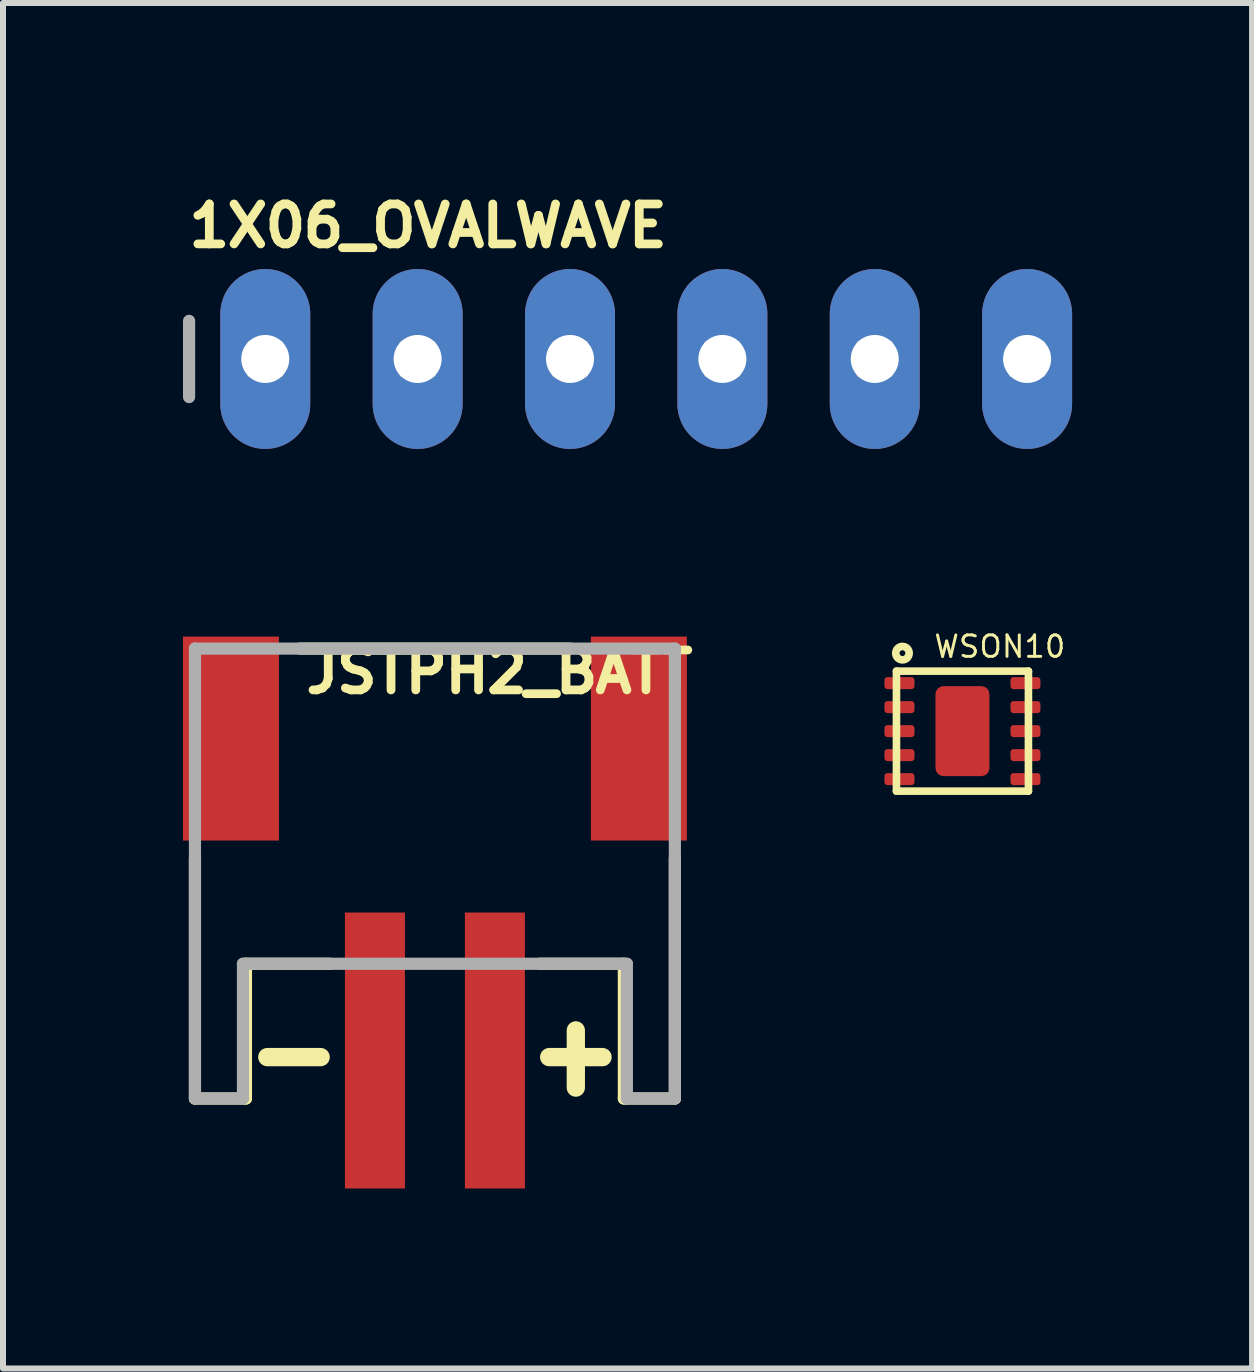
<source format=kicad_pcb>
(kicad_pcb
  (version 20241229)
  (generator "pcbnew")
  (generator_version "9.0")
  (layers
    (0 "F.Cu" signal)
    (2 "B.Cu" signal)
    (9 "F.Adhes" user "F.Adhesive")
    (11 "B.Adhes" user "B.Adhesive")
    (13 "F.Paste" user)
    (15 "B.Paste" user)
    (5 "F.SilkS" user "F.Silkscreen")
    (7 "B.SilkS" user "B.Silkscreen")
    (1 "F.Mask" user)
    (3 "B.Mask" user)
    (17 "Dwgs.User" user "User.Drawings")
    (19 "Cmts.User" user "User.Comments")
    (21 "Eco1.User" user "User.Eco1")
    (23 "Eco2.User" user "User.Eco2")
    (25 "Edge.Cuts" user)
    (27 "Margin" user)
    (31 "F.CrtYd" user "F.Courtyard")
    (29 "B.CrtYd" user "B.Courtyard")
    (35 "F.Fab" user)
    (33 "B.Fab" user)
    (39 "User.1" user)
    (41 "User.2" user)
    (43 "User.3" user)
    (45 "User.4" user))
  (footprint "1X06_OVALWAVE"
    (layer "F.Cu")
    (at 7.722 2.934)
    (property "Reference" "1X06_OVALWAVE" (at -7.696 -1.829 0) (unlocked yes) (layer "F.SilkS") (effects (font (size 0.666 0.666) (thickness 0.146)) (justify left bottom)))
    (fp_line (start -7.62 -0.635) (end -7.62 0.635) (stroke (width 0.203) (type solid)) (layer "F.Fab"))
    (fp_poly (pts (xy -6.604 0.254) (xy -6.096 0.254) (xy -6.096 -0.254) (xy -6.604 -0.254)) (stroke (width 0.1) (type default)) (fill no) (layer "F.Fab"))
    (fp_poly (pts (xy -4.064 0.254) (xy -3.556 0.254) (xy -3.556 -0.254) (xy -4.064 -0.254)) (stroke (width 0.1) (type default)) (fill no) (layer "F.Fab"))
    (fp_poly (pts (xy -1.524 0.254) (xy -1.016 0.254) (xy -1.016 -0.254) (xy -1.524 -0.254)) (stroke (width 0.1) (type default)) (fill no) (layer "F.Fab"))
    (fp_poly (pts (xy 1.016 0.254) (xy 1.524 0.254) (xy 1.524 -0.254) (xy 1.016 -0.254)) (stroke (width 0.1) (type default)) (fill no) (layer "F.Fab"))
    (fp_poly (pts (xy 3.556 0.254) (xy 4.064 0.254) (xy 4.064 -0.254) (xy 3.556 -0.254)) (stroke (width 0.1) (type default)) (fill no) (layer "F.Fab"))
    (fp_poly (pts (xy 6.096 0.254) (xy 6.604 0.254) (xy 6.604 -0.254) (xy 6.096 -0.254)) (stroke (width 0.1) (type default)) (fill no) (layer "F.Fab"))
    (pad "1" thru_hole oval (at -6.35 0 90) (size 3 1.5) (drill 0.8) (layers "*.Cu" "*.Mask"))
    (pad "2" thru_hole oval (at -3.81 0 90) (size 3 1.5) (drill 0.8) (layers "*.Cu" "*.Mask"))
    (pad "3" thru_hole oval (at -1.27 0 90) (size 3 1.5) (drill 0.8) (layers "*.Cu" "*.Mask"))
    (pad "4" thru_hole oval (at 1.27 0 90) (size 3 1.5) (drill 0.8) (layers "*.Cu" "*.Mask"))
    (pad "5" thru_hole oval (at 3.81 0 90) (size 3 1.5) (drill 0.8) (layers "*.Cu" "*.Mask"))
    (pad "6" thru_hole oval (at 6.35 0 90) (size 3 1.5) (drill 0.8) (layers "*.Cu" "*.Mask")))
  (footprint "WSON10"
    (layer "F.Cu")
    (at 12.994 9.138)
    (property "Reference" "WSON10" (at -0.5 -1.2 0) (unlocked yes) (layer "F.SilkS") (effects (font (size 0.358 0.358) (thickness 0.049)) (justify left bottom)))
    (fp_line (start -1.1 -1) (end 1.1 -1) (stroke (width 0.127) (type solid)) (layer "F.SilkS"))
    (fp_line (start -1.1 1) (end -1.1 -1) (stroke (width 0.127) (type solid)) (layer "F.SilkS"))
    (fp_line (start 1.1 -1) (end 1.1 1) (stroke (width 0.127) (type solid)) (layer "F.SilkS"))
    (fp_line (start 1.1 1) (end -1.1 1) (stroke (width 0.127) (type solid)) (layer "F.SilkS"))
    (fp_circle (center -1 -1.3) (end -0.888 -1.3) (stroke (width 0.127) (type solid)) (fill no) (layer "F.SilkS"))
    (pad "1" smd roundrect (at -1.05 -0.8 90) (size 0.2 0.5) (layers "F.Cu" "F.Mask" "F.Paste") (roundrect_rratio 0.25))
    (pad "2" smd roundrect (at -1.05 -0.4 90) (size 0.2 0.5) (layers "F.Cu" "F.Mask" "F.Paste") (roundrect_rratio 0.25))
    (pad "3" smd roundrect (at -1.05 0 90) (size 0.2 0.5) (layers "F.Cu" "F.Mask" "F.Paste") (roundrect_rratio 0.25))
    (pad "4" smd roundrect (at -1.05 0.4 90) (size 0.2 0.5) (layers "F.Cu" "F.Mask" "F.Paste") (roundrect_rratio 0.25))
    (pad "5" smd roundrect (at -1.05 0.8 90) (size 0.2 0.5) (layers "F.Cu" "F.Mask" "F.Paste") (roundrect_rratio 0.25))
    (pad "6" smd roundrect (at 1.05 0.8 90) (size 0.2 0.5) (layers "F.Cu" "F.Mask" "F.Paste") (roundrect_rratio 0.25))
    (pad "7" smd roundrect (at 1.05 0.4 90) (size 0.2 0.5) (layers "F.Cu" "F.Mask" "F.Paste") (roundrect_rratio 0.25))
    (pad "8" smd roundrect (at 1.05 0 90) (size 0.2 0.5) (layers "F.Cu" "F.Mask" "F.Paste") (roundrect_rratio 0.25))
    (pad "9" smd roundrect (at 1.05 -0.4 90) (size 0.2 0.5) (layers "F.Cu" "F.Mask" "F.Paste") (roundrect_rratio 0.25))
    (pad "10" smd roundrect (at 1.05 -0.8 90) (size 0.2 0.5) (layers "F.Cu" "F.Mask" "F.Paste") (roundrect_rratio 0.25))
    (pad "PAD" smd roundrect (at 0 0) (size 0.9 1.5) (layers "F.Cu" "F.Mask" "F.Paste") (roundrect_rratio 0.15)))
  (footprint "JSTPH2_BATT"
    (layer "F.Cu")
    (at 4.2 12.159)
    (property "Reference" "JSTPH2_BATT" (at -2.223 -3.619 0) (unlocked yes) (layer "F.SilkS") (effects (font (size 0.666 0.666) (thickness 0.146)) (justify left bottom)))
    (fp_line (start -4 3.103) (end -4 -0.897) (stroke (width 0.203) (type solid)) (layer "F.SilkS"))
    (fp_line (start -3.15 0.857) (end -3.15 3.103) (stroke (width 0.203) (type solid)) (layer "F.SilkS"))
    (fp_line (start -3.15 3.103) (end -4 3.103) (stroke (width 0.203) (type solid)) (layer "F.SilkS"))
    (fp_line (start -2.794 2.413) (end -1.905 2.413) (stroke (width 0.305) (type solid)) (layer "F.SilkS"))
    (fp_line (start -2.25 -4.397) (end 2.25 -4.397) (stroke (width 0.203) (type solid)) (layer "F.SilkS"))
    (fp_line (start -1.75 0.857) (end -3.15 0.857) (stroke (width 0.203) (type solid)) (layer "F.SilkS"))
    (fp_line (start 1.905 2.413) (end 2.794 2.413) (stroke (width 0.305) (type solid)) (layer "F.SilkS"))
    (fp_line (start 2.349 2.921) (end 2.349 1.968) (stroke (width 0.305) (type solid)) (layer "F.SilkS"))
    (fp_line (start 3.15 0.857) (end 1.75 0.857) (stroke (width 0.203) (type solid)) (layer "F.SilkS"))
    (fp_line (start 3.15 3.103) (end 3.15 0.857) (stroke (width 0.203) (type solid)) (layer "F.SilkS"))
    (fp_line (start 4 -0.897) (end 4 3.103) (stroke (width 0.203) (type solid)) (layer "F.SilkS"))
    (fp_line (start 4 3.103) (end 3.15 3.103) (stroke (width 0.203) (type solid)) (layer "F.SilkS"))
    (fp_line (start -4 -4.397) (end 4 -4.397) (stroke (width 0.203) (type solid)) (layer "F.Fab"))
    (fp_line (start -4 3.103) (end -4 -4.397) (stroke (width 0.203) (type solid)) (layer "F.Fab"))
    (fp_line (start -3.2 0.857) (end -3.2 3.103) (stroke (width 0.203) (type solid)) (layer "F.Fab"))
    (fp_line (start -3.2 3.103) (end -4 3.103) (stroke (width 0.203) (type solid)) (layer "F.Fab"))
    (fp_line (start 3.2 0.857) (end -3.2 0.857) (stroke (width 0.203) (type solid)) (layer "F.Fab"))
    (fp_line (start 3.2 3.103) (end 3.2 0.857) (stroke (width 0.203) (type solid)) (layer "F.Fab"))
    (fp_line (start 4 -4.397) (end 4 3.103) (stroke (width 0.203) (type solid)) (layer "F.Fab"))
    (fp_line (start 4 3.103) (end 3.2 3.103) (stroke (width 0.203) (type solid)) (layer "F.Fab"))
    (pad "1" smd rect (at -1 2.303) (size 1 4.6) (layers "F.Cu" "F.Mask" "F.Paste"))
    (pad "2" smd rect (at 1 2.303) (size 1 4.6) (layers "F.Cu" "F.Mask" "F.Paste"))
    (pad "NC1" smd rect (at -3.4 -2.897 90) (size 3.4 1.6) (layers "F.Cu" "F.Mask" "F.Paste"))
    (pad "NC2" smd rect (at 3.4 -2.897 90) (size 3.4 1.6) (layers "F.Cu" "F.Mask" "F.Paste")))
  (gr_rect
    (start -3 -3)
    (end 17.822 19.762)
    (stroke (width 0.1) (type default))
    (fill no)
    (layer "Edge.Cuts")))
</source>
